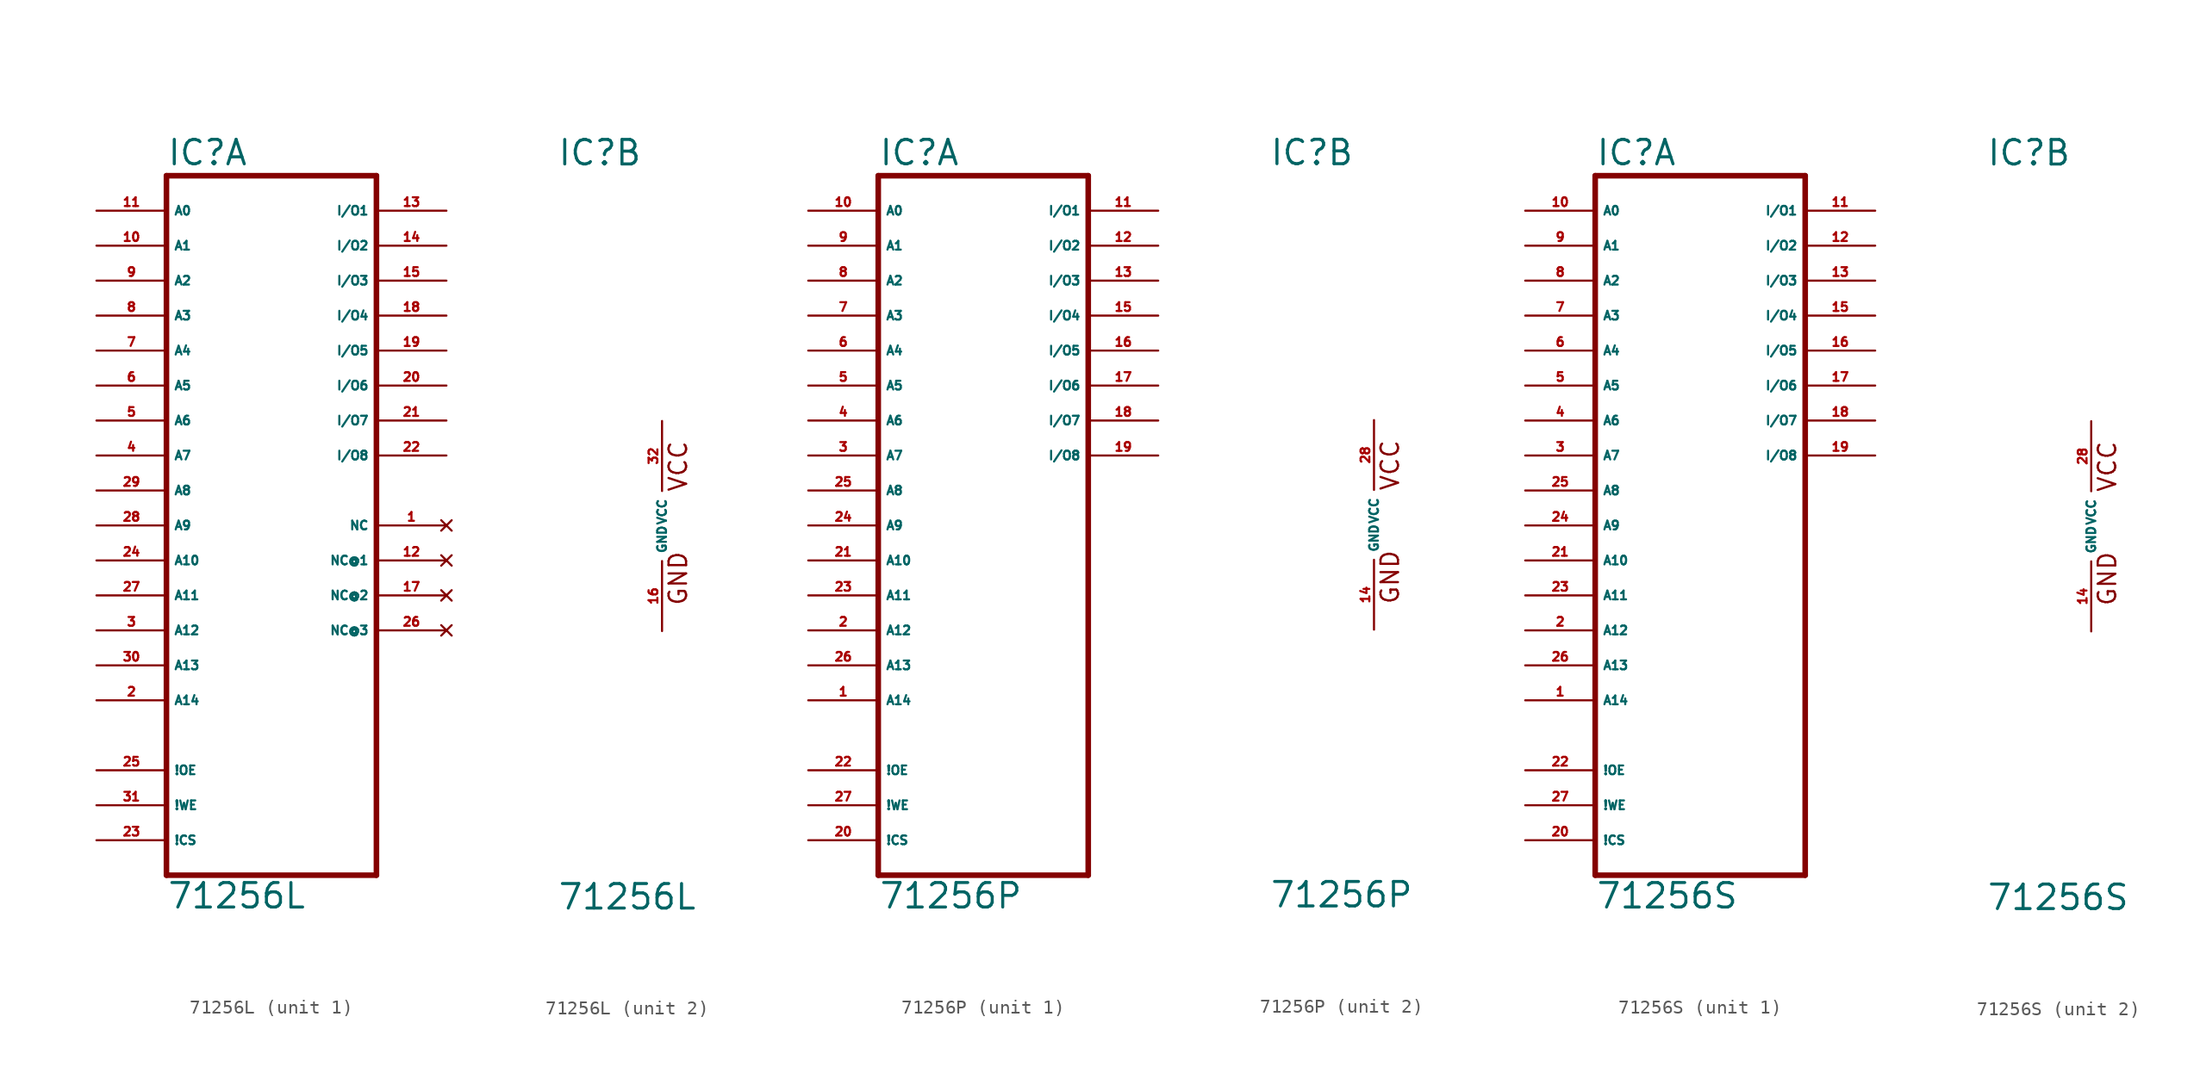
<source format=kicad_sym>
(kicad_symbol_lib
  (version 20220914)
  (generator Eagle2Kicad)
  (symbol "71256L"
    (property "Reference" "IC"
      (at -7.62 26.035 0)
      (effects (font (size 1.778 1.778) (thickness 0.22)) (justify left bottom)))
    (property "Value" "71256L"
      (at -7.62 -27.94 0)
      (effects (font (size 1.778 1.778) (thickness 0.22)) (justify left bottom)))
    (symbol "71256L_1_0"
      (polyline (pts (xy -7.62 -25.4) (xy 7.62 -25.4)) (stroke (width 0.406) (type default)) (fill (type none)))
      (polyline (pts (xy 7.62 -25.4) (xy 7.62 25.4)) (stroke (width 0.406) (type default)) (fill (type none)))
      (polyline (pts (xy 7.62 25.4) (xy -7.62 25.4)) (stroke (width 0.406) (type default)) (fill (type none)))
      (polyline (pts (xy -7.62 25.4) (xy -7.62 -25.4)) (stroke (width 0.406) (type default)) (fill (type none)))
      (pin input line (at -12.7 22.86 0) (length 5.08) (name "A0" (effects (font (size 0.635 0.635) (thickness 0.08)) (justify left bottom))) (number "11" (effects (font (size 0.635 0.635) (thickness 0.08)) (justify left bottom))))
      (pin input line (at -12.7 20.32 0) (length 5.08) (name "A1" (effects (font (size 0.635 0.635) (thickness 0.08)) (justify left bottom))) (number "10" (effects (font (size 0.635 0.635) (thickness 0.08)) (justify left bottom))))
      (pin input line (at -12.7 17.78 0) (length 5.08) (name "A2" (effects (font (size 0.635 0.635) (thickness 0.08)) (justify left bottom))) (number "9" (effects (font (size 0.635 0.635) (thickness 0.08)) (justify left bottom))))
      (pin input line (at -12.7 15.24 0) (length 5.08) (name "A3" (effects (font (size 0.635 0.635) (thickness 0.08)) (justify left bottom))) (number "8" (effects (font (size 0.635 0.635) (thickness 0.08)) (justify left bottom))))
      (pin input line (at -12.7 12.7 0) (length 5.08) (name "A4" (effects (font (size 0.635 0.635) (thickness 0.08)) (justify left bottom))) (number "7" (effects (font (size 0.635 0.635) (thickness 0.08)) (justify left bottom))))
      (pin input line (at -12.7 10.16 0) (length 5.08) (name "A5" (effects (font (size 0.635 0.635) (thickness 0.08)) (justify left bottom))) (number "6" (effects (font (size 0.635 0.635) (thickness 0.08)) (justify left bottom))))
      (pin input line (at -12.7 7.62 0) (length 5.08) (name "A6" (effects (font (size 0.635 0.635) (thickness 0.08)) (justify left bottom))) (number "5" (effects (font (size 0.635 0.635) (thickness 0.08)) (justify left bottom))))
      (pin input line (at -12.7 5.08 0) (length 5.08) (name "A7" (effects (font (size 0.635 0.635) (thickness 0.08)) (justify left bottom))) (number "4" (effects (font (size 0.635 0.635) (thickness 0.08)) (justify left bottom))))
      (pin input line (at -12.7 2.54 0) (length 5.08) (name "A8" (effects (font (size 0.635 0.635) (thickness 0.08)) (justify left bottom))) (number "29" (effects (font (size 0.635 0.635) (thickness 0.08)) (justify left bottom))))
      (pin input line (at -12.7 0 0) (length 5.08) (name "A9" (effects (font (size 0.635 0.635) (thickness 0.08)) (justify left bottom))) (number "28" (effects (font (size 0.635 0.635) (thickness 0.08)) (justify left bottom))))
      (pin input line (at -12.7 -2.54 0) (length 5.08) (name "A10" (effects (font (size 0.635 0.635) (thickness 0.08)) (justify left bottom))) (number "24" (effects (font (size 0.635 0.635) (thickness 0.08)) (justify left bottom))))
      (pin input line (at -12.7 -17.78 0) (length 5.08) (name "!OE" (effects (font (size 0.635 0.635) (thickness 0.08)) (justify left bottom))) (number "25" (effects (font (size 0.635 0.635) (thickness 0.08)) (justify left bottom))))
      (pin bidirectional line (at 12.7 12.7 180) (length 5.08) (name "I/O5" (effects (font (size 0.635 0.635) (thickness 0.08)) (justify left bottom))) (number "19" (effects (font (size 0.635 0.635) (thickness 0.08)) (justify left bottom))))
      (pin bidirectional line (at 12.7 10.16 180) (length 5.08) (name "I/O6" (effects (font (size 0.635 0.635) (thickness 0.08)) (justify left bottom))) (number "20" (effects (font (size 0.635 0.635) (thickness 0.08)) (justify left bottom))))
      (pin bidirectional line (at 12.7 7.62 180) (length 5.08) (name "I/O7" (effects (font (size 0.635 0.635) (thickness 0.08)) (justify left bottom))) (number "21" (effects (font (size 0.635 0.635) (thickness 0.08)) (justify left bottom))))
      (pin bidirectional line (at 12.7 5.08 180) (length 5.08) (name "I/O8" (effects (font (size 0.635 0.635) (thickness 0.08)) (justify left bottom))) (number "22" (effects (font (size 0.635 0.635) (thickness 0.08)) (justify left bottom))))
      (pin input line (at -12.7 -20.32 0) (length 5.08) (name "!WE" (effects (font (size 0.635 0.635) (thickness 0.08)) (justify left bottom))) (number "31" (effects (font (size 0.635 0.635) (thickness 0.08)) (justify left bottom))))
      (pin input line (at -12.7 -22.86 0) (length 5.08) (name "!CS" (effects (font (size 0.635 0.635) (thickness 0.08)) (justify left bottom))) (number "23" (effects (font (size 0.635 0.635) (thickness 0.08)) (justify left bottom))))
      (pin bidirectional line (at 12.7 22.86 180) (length 5.08) (name "I/O1" (effects (font (size 0.635 0.635) (thickness 0.08)) (justify left bottom))) (number "13" (effects (font (size 0.635 0.635) (thickness 0.08)) (justify left bottom))))
      (pin bidirectional line (at 12.7 20.32 180) (length 5.08) (name "I/O2" (effects (font (size 0.635 0.635) (thickness 0.08)) (justify left bottom))) (number "14" (effects (font (size 0.635 0.635) (thickness 0.08)) (justify left bottom))))
      (pin bidirectional line (at 12.7 17.78 180) (length 5.08) (name "I/O3" (effects (font (size 0.635 0.635) (thickness 0.08)) (justify left bottom))) (number "15" (effects (font (size 0.635 0.635) (thickness 0.08)) (justify left bottom))))
      (pin bidirectional line (at 12.7 15.24 180) (length 5.08) (name "I/O4" (effects (font (size 0.635 0.635) (thickness 0.08)) (justify left bottom))) (number "18" (effects (font (size 0.635 0.635) (thickness 0.08)) (justify left bottom))))
      (pin input line (at -12.7 -5.08 0) (length 5.08) (name "A11" (effects (font (size 0.635 0.635) (thickness 0.08)) (justify left bottom))) (number "27" (effects (font (size 0.635 0.635) (thickness 0.08)) (justify left bottom))))
      (pin input line (at -12.7 -7.62 0) (length 5.08) (name "A12" (effects (font (size 0.635 0.635) (thickness 0.08)) (justify left bottom))) (number "3" (effects (font (size 0.635 0.635) (thickness 0.08)) (justify left bottom))))
      (pin input line (at -12.7 -10.16 0) (length 5.08) (name "A13" (effects (font (size 0.635 0.635) (thickness 0.08)) (justify left bottom))) (number "30" (effects (font (size 0.635 0.635) (thickness 0.08)) (justify left bottom))))
      (pin input line (at -12.7 -12.7 0) (length 5.08) (name "A14" (effects (font (size 0.635 0.635) (thickness 0.08)) (justify left bottom))) (number "2" (effects (font (size 0.635 0.635) (thickness 0.08)) (justify left bottom))))
      (pin no_connect line (at 12.7 0 180) (length 5.08) (name "NC" (effects (font (size 0.635 0.635) (thickness 0.08)) (justify left bottom) hide)) (number "1" (effects (font (size 0.635 0.635) (thickness 0.08)) (justify left bottom) hide)))
      (pin no_connect line (at 12.7 -2.54 180) (length 5.08) (name "NC@1" (effects (font (size 0.635 0.635) (thickness 0.08)) (justify left bottom) hide)) (number "12" (effects (font (size 0.635 0.635) (thickness 0.08)) (justify left bottom) hide)))
      (pin no_connect line (at 12.7 -5.08 180) (length 5.08) (name "NC@2" (effects (font (size 0.635 0.635) (thickness 0.08)) (justify left bottom) hide)) (number "17" (effects (font (size 0.635 0.635) (thickness 0.08)) (justify left bottom) hide)))
      (pin no_connect line (at 12.7 -7.62 180) (length 5.08) (name "NC@3" (effects (font (size 0.635 0.635) (thickness 0.08)) (justify left bottom) hide)) (number "26" (effects (font (size 0.635 0.635) (thickness 0.08)) (justify left bottom) hide))))
    (symbol "71256L_2_0"
      (text "GND" (at 1.905 -5.842 900) (effects (font (size 1.27 1.27) (thickness 0.16)) (justify left bottom)))
      (text "VCC" (at 1.905 2.413 900) (effects (font (size 1.27 1.27) (thickness 0.16)) (justify left bottom)))
      (pin unspecified line (at 0 7.62 270) (length 5.08) (name "VCC" (effects (font (size 0.635 0.635) (thickness 0.08)) (justify left bottom))) (number "32" (effects (font (size 0.635 0.635) (thickness 0.08)) (justify left bottom))))
      (pin unspecified line (at 0 -7.62 90) (length 5.08) (name "GND" (effects (font (size 0.635 0.635) (thickness 0.08)) (justify left bottom))) (number "16" (effects (font (size 0.635 0.635) (thickness 0.08)) (justify left bottom))))))
  (symbol "71256P"
    (property "Reference" "IC"
      (at -7.62 26.035 0)
      (effects (font (size 1.778 1.778) (thickness 0.22)) (justify left bottom)))
    (property "Value" "71256P"
      (at -7.62 -27.94 0)
      (effects (font (size 1.778 1.778) (thickness 0.22)) (justify left bottom)))
    (symbol "71256P_1_0"
      (polyline (pts (xy -7.62 -25.4) (xy 7.62 -25.4)) (stroke (width 0.406) (type default)) (fill (type none)))
      (polyline (pts (xy 7.62 -25.4) (xy 7.62 25.4)) (stroke (width 0.406) (type default)) (fill (type none)))
      (polyline (pts (xy 7.62 25.4) (xy -7.62 25.4)) (stroke (width 0.406) (type default)) (fill (type none)))
      (polyline (pts (xy -7.62 25.4) (xy -7.62 -25.4)) (stroke (width 0.406) (type default)) (fill (type none)))
      (pin input line (at -12.7 22.86 0) (length 5.08) (name "A0" (effects (font (size 0.635 0.635) (thickness 0.08)) (justify left bottom))) (number "10" (effects (font (size 0.635 0.635) (thickness 0.08)) (justify left bottom))))
      (pin input line (at -12.7 20.32 0) (length 5.08) (name "A1" (effects (font (size 0.635 0.635) (thickness 0.08)) (justify left bottom))) (number "9" (effects (font (size 0.635 0.635) (thickness 0.08)) (justify left bottom))))
      (pin input line (at -12.7 17.78 0) (length 5.08) (name "A2" (effects (font (size 0.635 0.635) (thickness 0.08)) (justify left bottom))) (number "8" (effects (font (size 0.635 0.635) (thickness 0.08)) (justify left bottom))))
      (pin input line (at -12.7 15.24 0) (length 5.08) (name "A3" (effects (font (size 0.635 0.635) (thickness 0.08)) (justify left bottom))) (number "7" (effects (font (size 0.635 0.635) (thickness 0.08)) (justify left bottom))))
      (pin input line (at -12.7 12.7 0) (length 5.08) (name "A4" (effects (font (size 0.635 0.635) (thickness 0.08)) (justify left bottom))) (number "6" (effects (font (size 0.635 0.635) (thickness 0.08)) (justify left bottom))))
      (pin input line (at -12.7 10.16 0) (length 5.08) (name "A5" (effects (font (size 0.635 0.635) (thickness 0.08)) (justify left bottom))) (number "5" (effects (font (size 0.635 0.635) (thickness 0.08)) (justify left bottom))))
      (pin input line (at -12.7 7.62 0) (length 5.08) (name "A6" (effects (font (size 0.635 0.635) (thickness 0.08)) (justify left bottom))) (number "4" (effects (font (size 0.635 0.635) (thickness 0.08)) (justify left bottom))))
      (pin input line (at -12.7 5.08 0) (length 5.08) (name "A7" (effects (font (size 0.635 0.635) (thickness 0.08)) (justify left bottom))) (number "3" (effects (font (size 0.635 0.635) (thickness 0.08)) (justify left bottom))))
      (pin input line (at -12.7 2.54 0) (length 5.08) (name "A8" (effects (font (size 0.635 0.635) (thickness 0.08)) (justify left bottom))) (number "25" (effects (font (size 0.635 0.635) (thickness 0.08)) (justify left bottom))))
      (pin input line (at -12.7 0 0) (length 5.08) (name "A9" (effects (font (size 0.635 0.635) (thickness 0.08)) (justify left bottom))) (number "24" (effects (font (size 0.635 0.635) (thickness 0.08)) (justify left bottom))))
      (pin input line (at -12.7 -2.54 0) (length 5.08) (name "A10" (effects (font (size 0.635 0.635) (thickness 0.08)) (justify left bottom))) (number "21" (effects (font (size 0.635 0.635) (thickness 0.08)) (justify left bottom))))
      (pin input line (at -12.7 -17.78 0) (length 5.08) (name "!OE" (effects (font (size 0.635 0.635) (thickness 0.08)) (justify left bottom))) (number "22" (effects (font (size 0.635 0.635) (thickness 0.08)) (justify left bottom))))
      (pin bidirectional line (at 12.7 12.7 180) (length 5.08) (name "I/O5" (effects (font (size 0.635 0.635) (thickness 0.08)) (justify left bottom))) (number "16" (effects (font (size 0.635 0.635) (thickness 0.08)) (justify left bottom))))
      (pin bidirectional line (at 12.7 10.16 180) (length 5.08) (name "I/O6" (effects (font (size 0.635 0.635) (thickness 0.08)) (justify left bottom))) (number "17" (effects (font (size 0.635 0.635) (thickness 0.08)) (justify left bottom))))
      (pin bidirectional line (at 12.7 7.62 180) (length 5.08) (name "I/O7" (effects (font (size 0.635 0.635) (thickness 0.08)) (justify left bottom))) (number "18" (effects (font (size 0.635 0.635) (thickness 0.08)) (justify left bottom))))
      (pin bidirectional line (at 12.7 5.08 180) (length 5.08) (name "I/O8" (effects (font (size 0.635 0.635) (thickness 0.08)) (justify left bottom))) (number "19" (effects (font (size 0.635 0.635) (thickness 0.08)) (justify left bottom))))
      (pin input line (at -12.7 -20.32 0) (length 5.08) (name "!WE" (effects (font (size 0.635 0.635) (thickness 0.08)) (justify left bottom))) (number "27" (effects (font (size 0.635 0.635) (thickness 0.08)) (justify left bottom))))
      (pin input line (at -12.7 -22.86 0) (length 5.08) (name "!CS" (effects (font (size 0.635 0.635) (thickness 0.08)) (justify left bottom))) (number "20" (effects (font (size 0.635 0.635) (thickness 0.08)) (justify left bottom))))
      (pin bidirectional line (at 12.7 22.86 180) (length 5.08) (name "I/O1" (effects (font (size 0.635 0.635) (thickness 0.08)) (justify left bottom))) (number "11" (effects (font (size 0.635 0.635) (thickness 0.08)) (justify left bottom))))
      (pin bidirectional line (at 12.7 20.32 180) (length 5.08) (name "I/O2" (effects (font (size 0.635 0.635) (thickness 0.08)) (justify left bottom))) (number "12" (effects (font (size 0.635 0.635) (thickness 0.08)) (justify left bottom))))
      (pin bidirectional line (at 12.7 17.78 180) (length 5.08) (name "I/O3" (effects (font (size 0.635 0.635) (thickness 0.08)) (justify left bottom))) (number "13" (effects (font (size 0.635 0.635) (thickness 0.08)) (justify left bottom))))
      (pin bidirectional line (at 12.7 15.24 180) (length 5.08) (name "I/O4" (effects (font (size 0.635 0.635) (thickness 0.08)) (justify left bottom))) (number "15" (effects (font (size 0.635 0.635) (thickness 0.08)) (justify left bottom))))
      (pin input line (at -12.7 -5.08 0) (length 5.08) (name "A11" (effects (font (size 0.635 0.635) (thickness 0.08)) (justify left bottom))) (number "23" (effects (font (size 0.635 0.635) (thickness 0.08)) (justify left bottom))))
      (pin input line (at -12.7 -7.62 0) (length 5.08) (name "A12" (effects (font (size 0.635 0.635) (thickness 0.08)) (justify left bottom))) (number "2" (effects (font (size 0.635 0.635) (thickness 0.08)) (justify left bottom))))
      (pin input line (at -12.7 -10.16 0) (length 5.08) (name "A13" (effects (font (size 0.635 0.635) (thickness 0.08)) (justify left bottom))) (number "26" (effects (font (size 0.635 0.635) (thickness 0.08)) (justify left bottom))))
      (pin input line (at -12.7 -12.7 0) (length 5.08) (name "A14" (effects (font (size 0.635 0.635) (thickness 0.08)) (justify left bottom))) (number "1" (effects (font (size 0.635 0.635) (thickness 0.08)) (justify left bottom)))))
    (symbol "71256P_2_0"
      (text "GND" (at 1.905 -5.842 900) (effects (font (size 1.27 1.27) (thickness 0.16)) (justify left bottom)))
      (text "VCC" (at 1.905 2.413 900) (effects (font (size 1.27 1.27) (thickness 0.16)) (justify left bottom)))
      (pin unspecified line (at 0 7.62 270) (length 5.08) (name "VCC" (effects (font (size 0.635 0.635) (thickness 0.08)) (justify left bottom))) (number "28" (effects (font (size 0.635 0.635) (thickness 0.08)) (justify left bottom))))
      (pin unspecified line (at 0 -7.62 90) (length 5.08) (name "GND" (effects (font (size 0.635 0.635) (thickness 0.08)) (justify left bottom))) (number "14" (effects (font (size 0.635 0.635) (thickness 0.08)) (justify left bottom))))))
  (symbol "71256S"
    (property "Reference" "IC"
      (at -7.62 26.035 0)
      (effects (font (size 1.778 1.778) (thickness 0.22)) (justify left bottom)))
    (property "Value" "71256S"
      (at -7.62 -27.94 0)
      (effects (font (size 1.778 1.778) (thickness 0.22)) (justify left bottom)))
    (symbol "71256S_1_0"
      (polyline (pts (xy -7.62 -25.4) (xy 7.62 -25.4)) (stroke (width 0.406) (type default)) (fill (type none)))
      (polyline (pts (xy 7.62 -25.4) (xy 7.62 25.4)) (stroke (width 0.406) (type default)) (fill (type none)))
      (polyline (pts (xy 7.62 25.4) (xy -7.62 25.4)) (stroke (width 0.406) (type default)) (fill (type none)))
      (polyline (pts (xy -7.62 25.4) (xy -7.62 -25.4)) (stroke (width 0.406) (type default)) (fill (type none)))
      (pin input line (at -12.7 22.86 0) (length 5.08) (name "A0" (effects (font (size 0.635 0.635) (thickness 0.08)) (justify left bottom))) (number "10" (effects (font (size 0.635 0.635) (thickness 0.08)) (justify left bottom))))
      (pin input line (at -12.7 20.32 0) (length 5.08) (name "A1" (effects (font (size 0.635 0.635) (thickness 0.08)) (justify left bottom))) (number "9" (effects (font (size 0.635 0.635) (thickness 0.08)) (justify left bottom))))
      (pin input line (at -12.7 17.78 0) (length 5.08) (name "A2" (effects (font (size 0.635 0.635) (thickness 0.08)) (justify left bottom))) (number "8" (effects (font (size 0.635 0.635) (thickness 0.08)) (justify left bottom))))
      (pin input line (at -12.7 15.24 0) (length 5.08) (name "A3" (effects (font (size 0.635 0.635) (thickness 0.08)) (justify left bottom))) (number "7" (effects (font (size 0.635 0.635) (thickness 0.08)) (justify left bottom))))
      (pin input line (at -12.7 12.7 0) (length 5.08) (name "A4" (effects (font (size 0.635 0.635) (thickness 0.08)) (justify left bottom))) (number "6" (effects (font (size 0.635 0.635) (thickness 0.08)) (justify left bottom))))
      (pin input line (at -12.7 10.16 0) (length 5.08) (name "A5" (effects (font (size 0.635 0.635) (thickness 0.08)) (justify left bottom))) (number "5" (effects (font (size 0.635 0.635) (thickness 0.08)) (justify left bottom))))
      (pin input line (at -12.7 7.62 0) (length 5.08) (name "A6" (effects (font (size 0.635 0.635) (thickness 0.08)) (justify left bottom))) (number "4" (effects (font (size 0.635 0.635) (thickness 0.08)) (justify left bottom))))
      (pin input line (at -12.7 5.08 0) (length 5.08) (name "A7" (effects (font (size 0.635 0.635) (thickness 0.08)) (justify left bottom))) (number "3" (effects (font (size 0.635 0.635) (thickness 0.08)) (justify left bottom))))
      (pin input line (at -12.7 2.54 0) (length 5.08) (name "A8" (effects (font (size 0.635 0.635) (thickness 0.08)) (justify left bottom))) (number "25" (effects (font (size 0.635 0.635) (thickness 0.08)) (justify left bottom))))
      (pin input line (at -12.7 0 0) (length 5.08) (name "A9" (effects (font (size 0.635 0.635) (thickness 0.08)) (justify left bottom))) (number "24" (effects (font (size 0.635 0.635) (thickness 0.08)) (justify left bottom))))
      (pin input line (at -12.7 -2.54 0) (length 5.08) (name "A10" (effects (font (size 0.635 0.635) (thickness 0.08)) (justify left bottom))) (number "21" (effects (font (size 0.635 0.635) (thickness 0.08)) (justify left bottom))))
      (pin input line (at -12.7 -17.78 0) (length 5.08) (name "!OE" (effects (font (size 0.635 0.635) (thickness 0.08)) (justify left bottom))) (number "22" (effects (font (size 0.635 0.635) (thickness 0.08)) (justify left bottom))))
      (pin bidirectional line (at 12.7 12.7 180) (length 5.08) (name "I/O5" (effects (font (size 0.635 0.635) (thickness 0.08)) (justify left bottom))) (number "16" (effects (font (size 0.635 0.635) (thickness 0.08)) (justify left bottom))))
      (pin bidirectional line (at 12.7 10.16 180) (length 5.08) (name "I/O6" (effects (font (size 0.635 0.635) (thickness 0.08)) (justify left bottom))) (number "17" (effects (font (size 0.635 0.635) (thickness 0.08)) (justify left bottom))))
      (pin bidirectional line (at 12.7 7.62 180) (length 5.08) (name "I/O7" (effects (font (size 0.635 0.635) (thickness 0.08)) (justify left bottom))) (number "18" (effects (font (size 0.635 0.635) (thickness 0.08)) (justify left bottom))))
      (pin bidirectional line (at 12.7 5.08 180) (length 5.08) (name "I/O8" (effects (font (size 0.635 0.635) (thickness 0.08)) (justify left bottom))) (number "19" (effects (font (size 0.635 0.635) (thickness 0.08)) (justify left bottom))))
      (pin input line (at -12.7 -20.32 0) (length 5.08) (name "!WE" (effects (font (size 0.635 0.635) (thickness 0.08)) (justify left bottom))) (number "27" (effects (font (size 0.635 0.635) (thickness 0.08)) (justify left bottom))))
      (pin input line (at -12.7 -22.86 0) (length 5.08) (name "!CS" (effects (font (size 0.635 0.635) (thickness 0.08)) (justify left bottom))) (number "20" (effects (font (size 0.635 0.635) (thickness 0.08)) (justify left bottom))))
      (pin bidirectional line (at 12.7 22.86 180) (length 5.08) (name "I/O1" (effects (font (size 0.635 0.635) (thickness 0.08)) (justify left bottom))) (number "11" (effects (font (size 0.635 0.635) (thickness 0.08)) (justify left bottom))))
      (pin bidirectional line (at 12.7 20.32 180) (length 5.08) (name "I/O2" (effects (font (size 0.635 0.635) (thickness 0.08)) (justify left bottom))) (number "12" (effects (font (size 0.635 0.635) (thickness 0.08)) (justify left bottom))))
      (pin bidirectional line (at 12.7 17.78 180) (length 5.08) (name "I/O3" (effects (font (size 0.635 0.635) (thickness 0.08)) (justify left bottom))) (number "13" (effects (font (size 0.635 0.635) (thickness 0.08)) (justify left bottom))))
      (pin bidirectional line (at 12.7 15.24 180) (length 5.08) (name "I/O4" (effects (font (size 0.635 0.635) (thickness 0.08)) (justify left bottom))) (number "15" (effects (font (size 0.635 0.635) (thickness 0.08)) (justify left bottom))))
      (pin input line (at -12.7 -5.08 0) (length 5.08) (name "A11" (effects (font (size 0.635 0.635) (thickness 0.08)) (justify left bottom))) (number "23" (effects (font (size 0.635 0.635) (thickness 0.08)) (justify left bottom))))
      (pin input line (at -12.7 -7.62 0) (length 5.08) (name "A12" (effects (font (size 0.635 0.635) (thickness 0.08)) (justify left bottom))) (number "2" (effects (font (size 0.635 0.635) (thickness 0.08)) (justify left bottom))))
      (pin input line (at -12.7 -10.16 0) (length 5.08) (name "A13" (effects (font (size 0.635 0.635) (thickness 0.08)) (justify left bottom))) (number "26" (effects (font (size 0.635 0.635) (thickness 0.08)) (justify left bottom))))
      (pin input line (at -12.7 -12.7 0) (length 5.08) (name "A14" (effects (font (size 0.635 0.635) (thickness 0.08)) (justify left bottom))) (number "1" (effects (font (size 0.635 0.635) (thickness 0.08)) (justify left bottom)))))
    (symbol "71256S_2_0"
      (text "GND" (at 1.905 -5.842 900) (effects (font (size 1.27 1.27) (thickness 0.16)) (justify left bottom)))
      (text "VCC" (at 1.905 2.413 900) (effects (font (size 1.27 1.27) (thickness 0.16)) (justify left bottom)))
      (pin unspecified line (at 0 7.62 270) (length 5.08) (name "VCC" (effects (font (size 0.635 0.635) (thickness 0.08)) (justify left bottom))) (number "28" (effects (font (size 0.635 0.635) (thickness 0.08)) (justify left bottom))))
      (pin unspecified line (at 0 -7.62 90) (length 5.08) (name "GND" (effects (font (size 0.635 0.635) (thickness 0.08)) (justify left bottom))) (number "14" (effects (font (size 0.635 0.635) (thickness 0.08)) (justify left bottom)))))))
</source>
